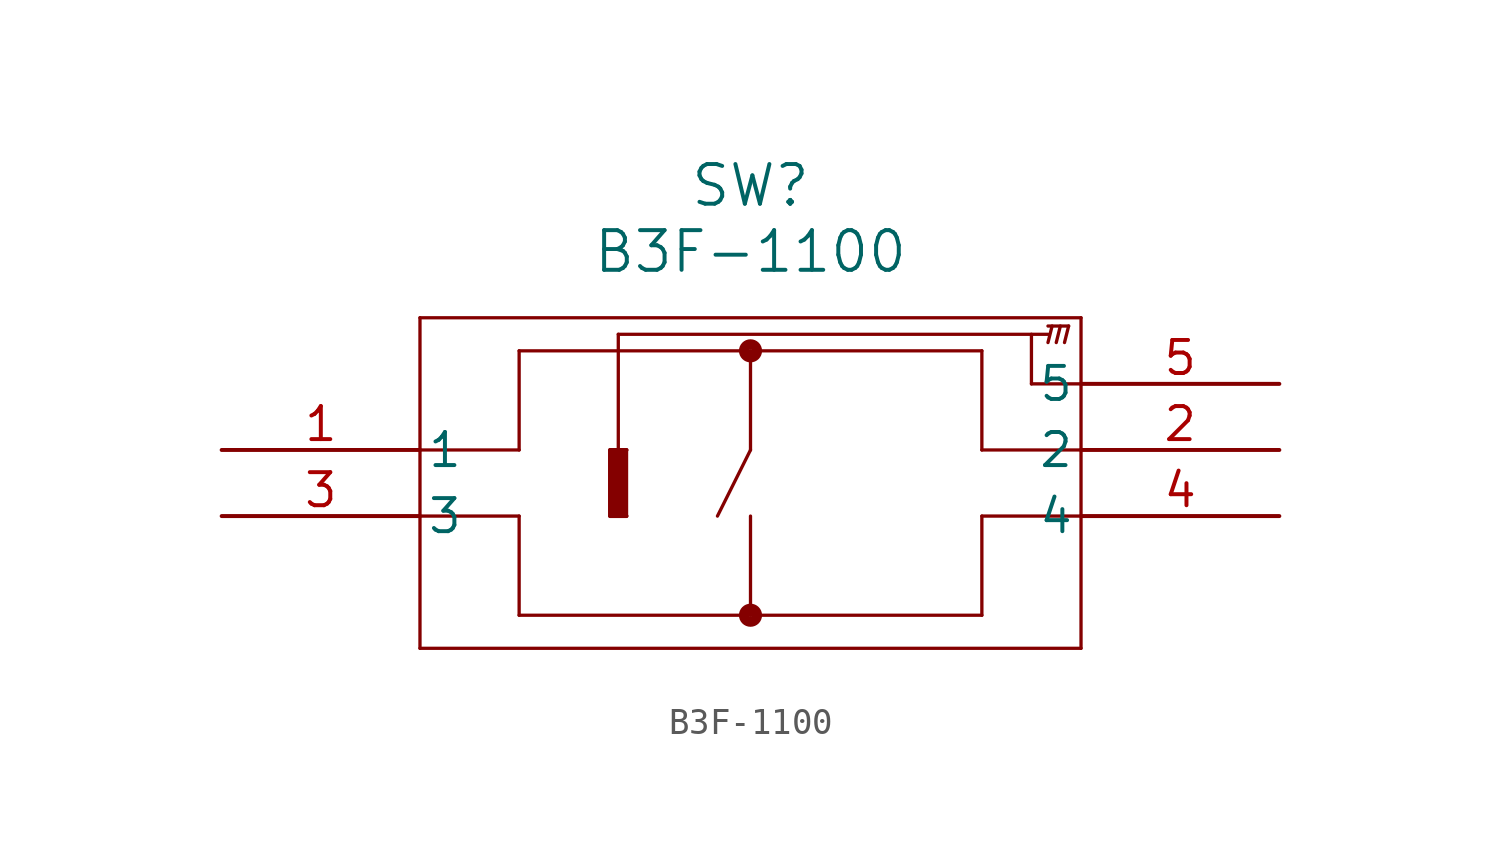
<source format=kicad_sym>
(kicad_symbol_lib
  (version 20211014)
  (generator kicad_symbol_editor)
  (symbol "B3F-1100"
    (pin_names
      (offset 0.254))
    (property "Reference" "SW"
      (at 20.32 10.16 0)
      (effects (font (size 1.524 1.524))))
    (property "Value" "B3F-1100"
      (at 20.32 7.62 0)
      (effects (font (size 1.524 1.524))))
    (polyline
      (pts (xy 7.62 5.08) (xy 7.62 -7.62))
      (stroke (width 0.127) (type default) (color 0 0 0 0))
      (fill (type none)))
    (polyline
      (pts (xy 7.62 -7.62) (xy 33.02 -7.62))
      (stroke (width 0.127) (type default) (color 0 0 0 0))
      (fill (type none)))
    (polyline
      (pts (xy 33.02 -7.62) (xy 33.02 5.08))
      (stroke (width 0.127) (type default) (color 0 0 0 0))
      (fill (type none)))
    (polyline
      (pts (xy 33.02 5.08) (xy 7.62 5.08))
      (stroke (width 0.127) (type default) (color 0 0 0 0))
      (fill (type none)))
    (polyline
      (pts (xy 7.62 0) (xy 11.43 0))
      (stroke (width 0.127) (type default) (color 0 0 0 0))
      (fill (type none)))
    (polyline
      (pts (xy 7.62 -2.54) (xy 11.43 -2.54))
      (stroke (width 0.127) (type default) (color 0 0 0 0))
      (fill (type none)))
    (polyline
      (pts (xy 33.02 0) (xy 29.21 0))
      (stroke (width 0.127) (type default) (color 0 0 0 0))
      (fill (type none)))
    (polyline
      (pts (xy 29.21 -2.54) (xy 33.02 -2.54))
      (stroke (width 0.127) (type default) (color 0 0 0 0))
      (fill (type none)))
    (polyline
      (pts (xy 29.21 0) (xy 29.21 3.81))
      (stroke (width 0.127) (type default) (color 0 0 0 0))
      (fill (type none)))
    (polyline
      (pts (xy 29.21 3.81) (xy 11.43 3.81))
      (stroke (width 0.127) (type default) (color 0 0 0 0))
      (fill (type none)))
    (polyline
      (pts (xy 11.43 0) (xy 11.43 3.81))
      (stroke (width 0.127) (type default) (color 0 0 0 0))
      (fill (type none)))
    (polyline
      (pts (xy 11.43 -2.54) (xy 11.43 -6.35))
      (stroke (width 0.127) (type default) (color 0 0 0 0))
      (fill (type none)))
    (polyline
      (pts (xy 11.43 -6.35) (xy 29.21 -6.35))
      (stroke (width 0.127) (type default) (color 0 0 0 0))
      (fill (type none)))
    (polyline
      (pts (xy 29.21 -6.35) (xy 29.21 -2.54))
      (stroke (width 0.127) (type default) (color 0 0 0 0))
      (fill (type none)))
    (circle
      (center 20.32 3.81)
      (radius 0.254)
      (stroke (width 0.381) (type default) (color 0 0 0 0))
      (fill (type none)))
    (circle
      (center 20.32 -6.35)
      (radius 0.254)
      (stroke (width 0.381) (type default) (color 0 0 0 0))
      (fill (type none)))
    (polyline
      (pts (xy 20.32 3.81) (xy 20.32 0))
      (stroke (width 0.127) (type default) (color 0 0 0 0))
      (fill (type none)))
    (polyline
      (pts (xy 20.32 -2.54) (xy 20.32 -6.35))
      (stroke (width 0.127) (type default) (color 0 0 0 0))
      (fill (type none)))
    (polyline
      (pts (xy 20.32 0) (xy 19.05 -2.54))
      (stroke (width 0.127) (type default) (color 0 0 0 0))
      (fill (type none)))
    (polyline
      (pts (xy 15.24 0) (xy 15.24 4.445))
      (stroke (width 0.127) (type default) (color 0 0 0 0))
      (fill (type none)))
    (polyline
      (pts (xy 15.24 4.445) (xy 31.75 4.445))
      (stroke (width 0.127) (type default) (color 0 0 0 0))
      (fill (type none)))
    (polyline
      (pts (xy 31.115 4.445) (xy 31.115 2.54))
      (stroke (width 0.127) (type default) (color 0 0 0 0))
      (fill (type none)))
    (polyline
      (pts (xy 31.115 2.54) (xy 33.02 2.54))
      (stroke (width 0.127) (type default) (color 0 0 0 0))
      (fill (type none)))
    (polyline
      (pts (xy 15.557 0) (xy 14.922 0) (xy 14.922 -2.54) (xy 15.557 -2.54))
      (stroke (width 0) (type default) (color 0 0 0 0))
      (fill (type outline)))
    (polyline
      (pts (xy 14.922 0) (xy 15.557 0))
      (stroke (width 0.127) (type default) (color 0 0 0 0))
      (fill (type none)))
    (polyline
      (pts (xy 15.557 -2.54) (xy 14.922 -2.54))
      (stroke (width 0.127) (type default) (color 0 0 0 0))
      (fill (type none)))
    (polyline
      (pts (xy 15.557 0) (xy 15.557 -2.54))
      (stroke (width 0.127) (type default) (color 0 0 0 0))
      (fill (type none)))
    (polyline
      (pts (xy 14.922 -2.54) (xy 14.922 0))
      (stroke (width 0.127) (type default) (color 0 0 0 0))
      (fill (type none)))
    (polyline
      (pts (xy 31.75 4.128) (xy 31.909 4.763))
      (stroke (width 0.127) (type default) (color 0 0 0 0))
      (fill (type none)))
    (polyline
      (pts (xy 32.068 4.128) (xy 32.226 4.763))
      (stroke (width 0.127) (type default) (color 0 0 0 0))
      (fill (type none)))
    (polyline
      (pts (xy 32.544 4.763) (xy 32.385 4.128))
      (stroke (width 0.127) (type default) (color 0 0 0 0))
      (fill (type none)))
    (polyline
      (pts (xy 31.75 4.763) (xy 32.544 4.763))
      (stroke (width 0.127) (type default) (color 0 0 0 0))
      (fill (type none)))
    (pin unspecified line
      (at 0 0 0)
      (length 7.62)
      (name "1" (effects (font (size 1.27 1.27))))
      (number "1" (effects (font (size 1.27 1.27)))))
    (pin unspecified line
      (at 40.64 0 180)
      (length 7.62)
      (name "2" (effects (font (size 1.27 1.27))))
      (number "2" (effects (font (size 1.27 1.27)))))
    (pin unspecified line
      (at 0 -2.54 0)
      (length 7.62)
      (name "3" (effects (font (size 1.27 1.27))))
      (number "3" (effects (font (size 1.27 1.27)))))
    (pin unspecified line
      (at 40.64 -2.54 180)
      (length 7.62)
      (name "4" (effects (font (size 1.27 1.27))))
      (number "4" (effects (font (size 1.27 1.27)))))
    (pin unspecified line
      (at 40.64 2.54 180)
      (length 7.62)
      (name "5" (effects (font (size 1.27 1.27))))
      (number "5" (effects (font (size 1.27 1.27)))))))
</source>
